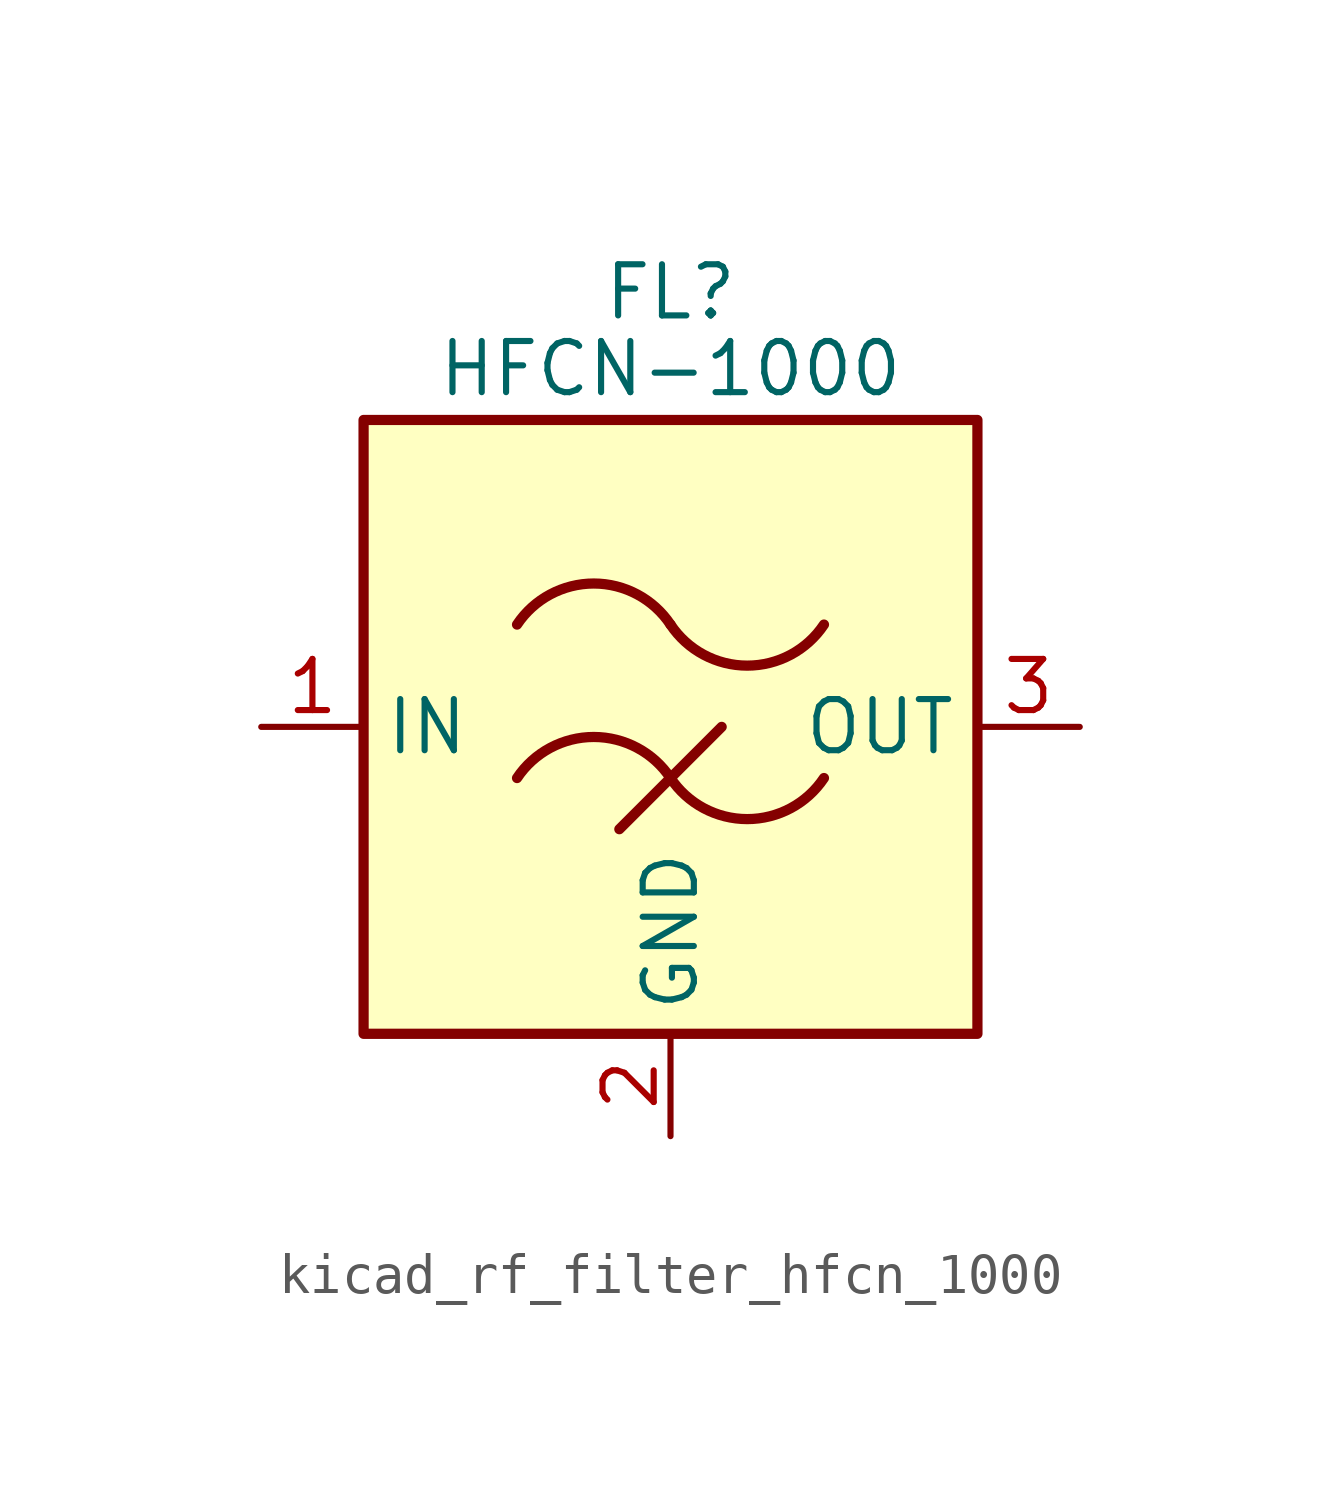
<source format=kicad_sym>
(kicad_symbol_lib
  (version 20220914)
  (generator kicad_symbol_editor)
  (symbol "kicad_rf_filter_hfcn_1000"
    (property "Reference" "FL"
      (at 0 10.795 0)
      (effects (font (size 1.27 1.27))))
    (property "Value" "HFCN-1000"
      (at 0 8.89 0)
      (effects (font (size 1.27 1.27))))
    (symbol "kicad_rf_filter_hfcn_1000_0_1"
      (rectangle (start -7.62 7.62) (end 7.62 -7.62) (stroke (width 0.254) (type default)) (fill (type background)))
      (arc (start 0 -1.27) (mid -1.905 -0.2505) (end -3.81 -1.27) (stroke (width 0.254) (type default)) (fill (type none)))
      (arc (start 0 -1.27) (mid 1.905 -2.2895) (end 3.81 -1.27) (stroke (width 0.254) (type default)) (fill (type none)))
      (polyline (pts (xy -1.27 -2.54) (xy 1.27 0)) (stroke (width 0.254) (type default)) (fill (type none)))
      (arc (start 0 2.54) (mid -1.905 3.5595) (end -3.81 2.54) (stroke (width 0.254) (type default)) (fill (type none)))
      (arc (start 0 2.54) (mid 1.905 1.5205) (end 3.81 2.54) (stroke (width 0.254) (type default)) (fill (type none))))
    (symbol "kicad_rf_filter_hfcn_1000_1_1"
      (pin passive line (at -10.16 0 0) (length 2.54) (name "IN" (effects (font (size 1.27 1.27)))) (number "1" (effects (font (size 1.27 1.27)))))
      (pin passive line (at 0 -10.16 90) (length 2.54) (name "GND" (effects (font (size 1.27 1.27)))) (number "2" (effects (font (size 1.27 1.27)))))
      (pin passive line (at 10.16 0 180) (length 2.54) (name "OUT" (effects (font (size 1.27 1.27)))) (number "3" (effects (font (size 1.27 1.27)))))
      (pin passive line (at 0 -10.16 90) (length 2.54) hide (name "GND" (effects (font (size 1.27 1.27)))) (number "4" (effects (font (size 1.27 1.27))))))))
</source>
